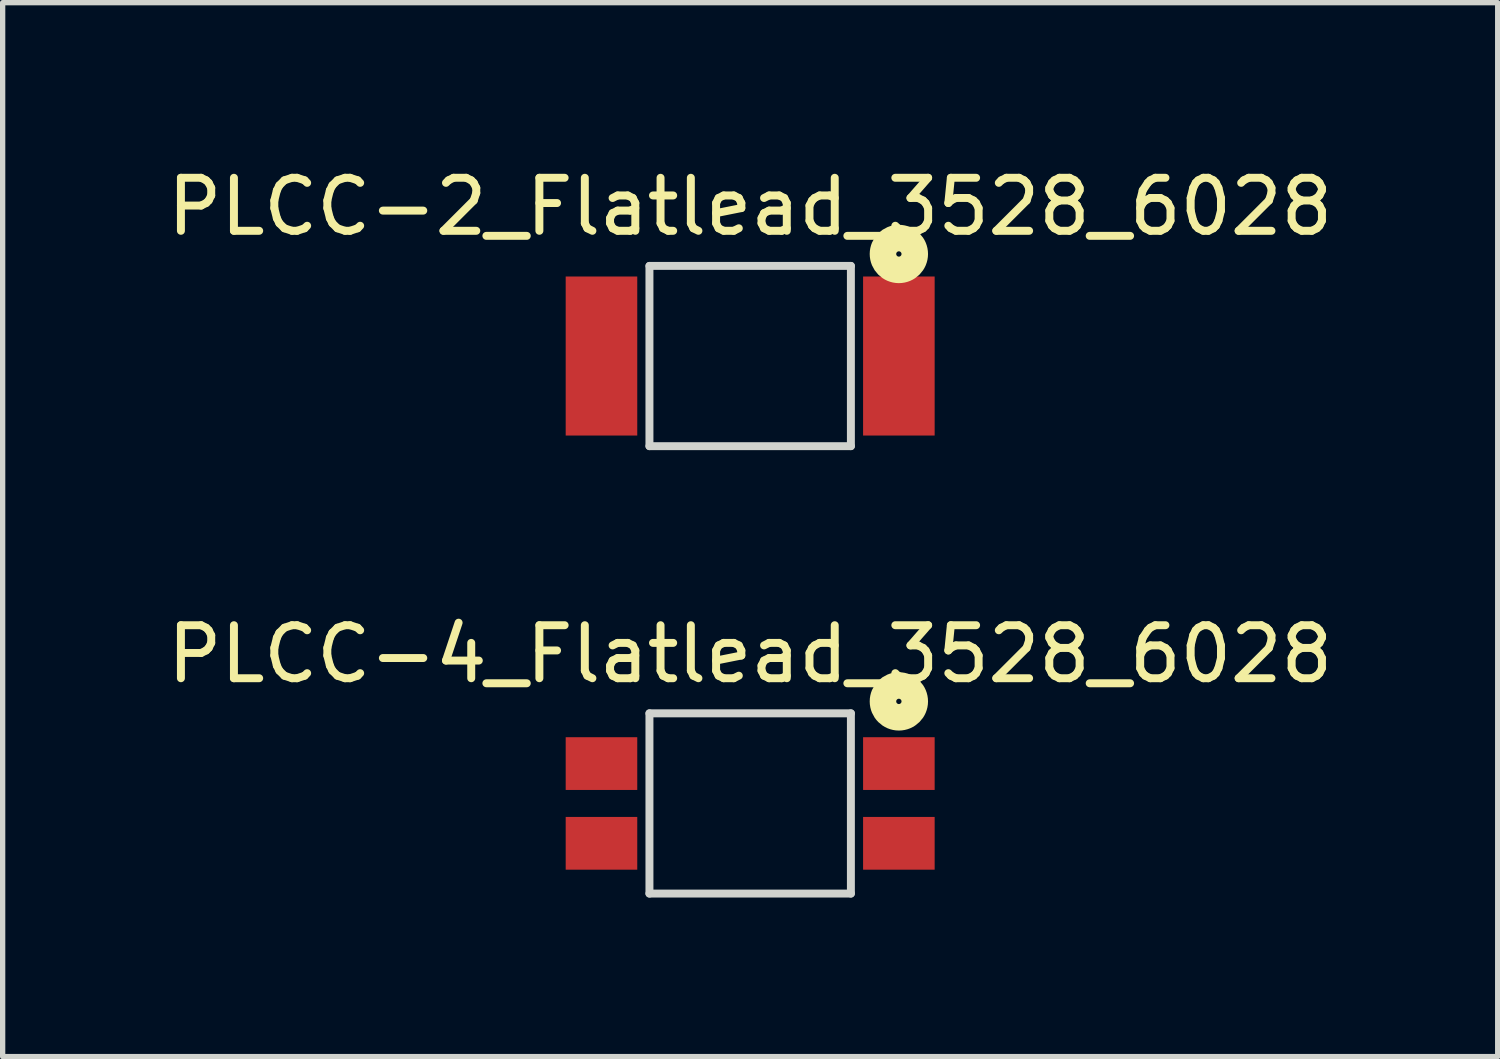
<source format=kicad_pcb>
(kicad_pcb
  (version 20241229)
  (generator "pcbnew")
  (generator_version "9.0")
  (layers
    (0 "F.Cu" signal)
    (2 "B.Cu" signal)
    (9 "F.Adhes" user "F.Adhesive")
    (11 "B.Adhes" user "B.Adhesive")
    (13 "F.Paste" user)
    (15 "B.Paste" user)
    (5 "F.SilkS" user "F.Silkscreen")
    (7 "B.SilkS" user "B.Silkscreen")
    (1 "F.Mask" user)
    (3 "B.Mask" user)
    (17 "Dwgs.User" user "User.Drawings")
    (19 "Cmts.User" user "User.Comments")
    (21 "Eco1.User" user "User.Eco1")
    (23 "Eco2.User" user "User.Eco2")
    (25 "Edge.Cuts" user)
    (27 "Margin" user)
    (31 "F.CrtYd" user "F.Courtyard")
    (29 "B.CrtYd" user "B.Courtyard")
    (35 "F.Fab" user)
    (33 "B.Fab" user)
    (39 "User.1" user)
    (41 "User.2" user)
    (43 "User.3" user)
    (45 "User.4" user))
  (footprint "PLCC-4_Flatlead_3528_6028"
    (layer "F.Cu")
    (at 11.101 12.106)
    (property "Reference" "PLCC-4_Flatlead_3528_6028" (at 0 -2.817 0) (layer "F.SilkS") (effects (font (size 1 1) (thickness 0.15))))
    (attr through_hole)
    (fp_circle (center 2.805 -1.925) (end 2.855 -1.925) (stroke (width 0.5) (type solid)) (fill no) (layer "F.SilkS"))
    (fp_line (start -1.9 1.7) (end -1.9 -1.7) (stroke (width 0.15) (type solid)) (layer "Edge.Cuts"))
    (fp_line (start 1.9 -1.7) (end -1.9 -1.7) (stroke (width 0.15) (type solid)) (layer "Edge.Cuts"))
    (fp_line (start 1.9 1.7) (end -1.9 1.7) (stroke (width 0.15) (type solid)) (layer "Edge.Cuts"))
    (fp_line (start 1.9 1.7) (end 1.9 -1.7) (stroke (width 0.15) (type solid)) (layer "Edge.Cuts"))
    (pad "1" smd rect (at 2.805 -0.752) (size 1.35 0.995) (layers "F.Cu" "F.Mask" "F.Paste"))
    (pad "2" smd rect (at -2.805 -0.752) (size 1.35 0.995) (layers "F.Cu" "F.Mask" "F.Paste"))
    (pad "3" smd rect (at 2.805 0.752) (size 1.35 0.995) (layers "F.Cu" "F.Mask" "F.Paste"))
    (pad "4" smd rect (at -2.805 0.752) (size 1.35 0.995) (layers "F.Cu" "F.Mask" "F.Paste")))
  (footprint "PLCC-2_Flatlead_3528_6028"
    (layer "F.Cu")
    (at 11.101 3.666)
    (property "Reference" "PLCC-2_Flatlead_3528_6028" (at 0 -2.817 0) (layer "F.SilkS") (effects (font (size 1 1) (thickness 0.15))))
    (attr through_hole)
    (fp_circle (center 2.805 -1.925) (end 2.855 -1.925) (stroke (width 0.5) (type solid)) (fill no) (layer "F.SilkS"))
    (fp_line (start -1.9 1.7) (end -1.9 -1.7) (stroke (width 0.15) (type solid)) (layer "Edge.Cuts"))
    (fp_line (start 1.9 -1.7) (end -1.9 -1.7) (stroke (width 0.15) (type solid)) (layer "Edge.Cuts"))
    (fp_line (start 1.9 1.7) (end -1.9 1.7) (stroke (width 0.15) (type solid)) (layer "Edge.Cuts"))
    (fp_line (start 1.9 1.7) (end 1.9 -1.7) (stroke (width 0.15) (type solid)) (layer "Edge.Cuts"))
    (pad "1" smd rect (at 2.805 0) (size 1.35 3) (layers "F.Cu" "F.Mask" "F.Paste"))
    (pad "2" smd rect (at -2.805 0) (size 1.35 3) (layers "F.Cu" "F.Mask" "F.Paste")))
  (gr_rect
    (start -3 -3)
    (end 25.202 16.881)
    (stroke (width 0.1) (type default))
    (fill no)
    (layer "Edge.Cuts")))
</source>
